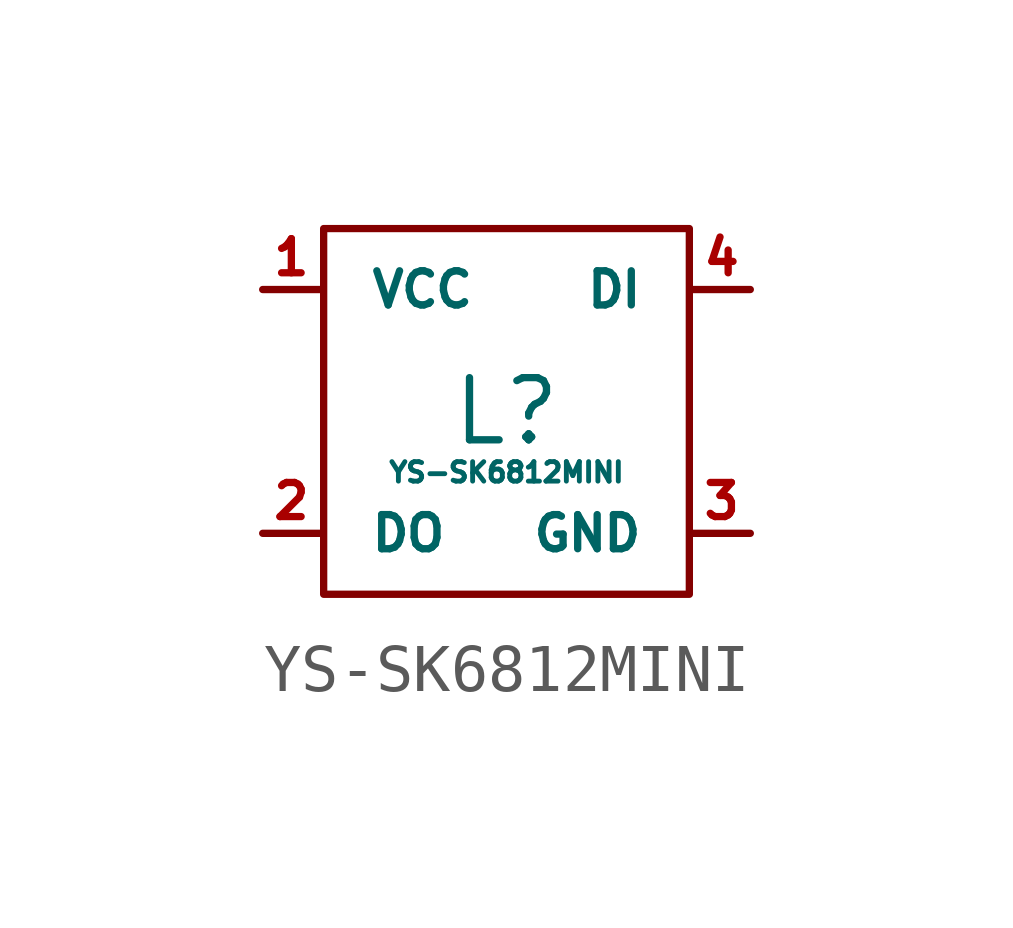
<source format=kicad_sym>
(kicad_symbol_lib
  (version 20211014)
  (generator kicad_symbol_editor)
  (symbol "YS-SK6812MINI"
    (pin_names
      (offset 1.016))
    (property "Reference" "L"
      (at 0 0 0)
      (effects (font (size 1.295 1.295))))
    (property "Value" "YS-SK6812MINI"
      (at 0 -1.27 0)
      (effects (font (size 0.406 0.406))))
    (symbol "YS-SK6812MINI_0_1"
      (rectangle (start -3.81 3.81) (end 3.81 -3.81) (stroke (width 0) (type default) (color 0 0 0 0)) (fill (type none))))
    (symbol "YS-SK6812MINI_1_1"
      (pin power_in line (at -5.08 2.54 0) (length 1.194) (name "VCC" (effects (font (size 0.711 0.711)))) (number "1" (effects (font (size 0.711 0.711)))))
      (pin output line (at -5.08 -2.54 0) (length 1.194) (name "DO" (effects (font (size 0.711 0.711)))) (number "2" (effects (font (size 0.711 0.711)))))
      (pin power_out line (at 5.08 -2.54 180) (length 1.194) (name "GND" (effects (font (size 0.711 0.711)))) (number "3" (effects (font (size 0.711 0.711)))))
      (pin input line (at 5.08 2.54 180) (length 1.194) (name "DI" (effects (font (size 0.711 0.711)))) (number "4" (effects (font (size 0.711 0.711))))))))
</source>
